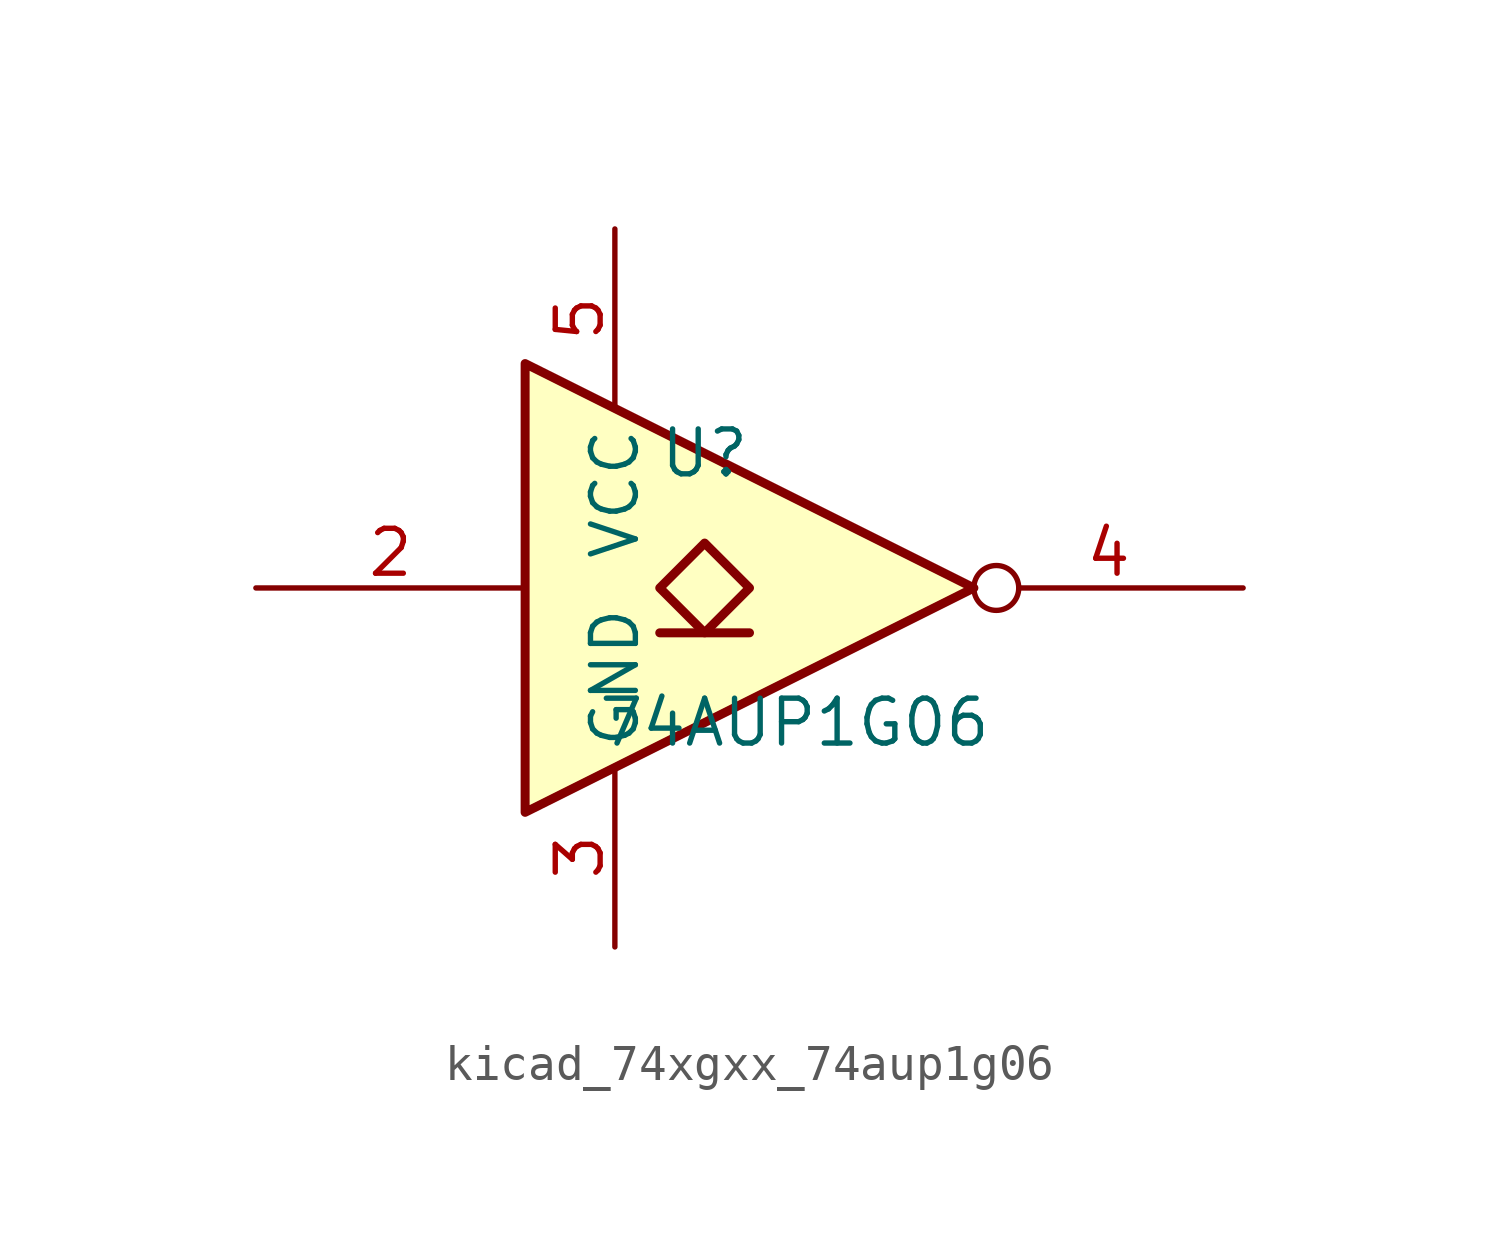
<source format=kicad_sym>
(kicad_symbol_lib
  (version 20220914)
  (generator kicad_symbol_editor)
  (symbol "kicad_74xgxx_74aup1g06"
    (property "Reference" "U"
      (at -2.54 3.81 0)
      (effects (font (size 1.27 1.27))))
    (property "Value" "74AUP1G06"
      (at 0 -3.81 0)
      (effects (font (size 1.27 1.27))))
    (symbol "kicad_74xgxx_74aup1g06_0_1"
      (polyline (pts (xy -3.81 -1.27) (xy -1.27 -1.27)) (stroke (width 0.254) (type default)) (fill (type background)))
      (polyline (pts (xy -7.62 6.35) (xy -7.62 -6.35) (xy 5.08 0) (xy -7.62 6.35)) (stroke (width 0.254) (type default)) (fill (type background)))
      (polyline (pts (xy -2.54 1.27) (xy -3.81 0) (xy -2.54 -1.27) (xy -1.27 0) (xy -2.54 1.27)) (stroke (width 0.254) (type default)) (fill (type background))))
    (symbol "kicad_74xgxx_74aup1g06_1_1"
      (pin input line (at -15.24 0 0) (length 7.62) (name "~" (effects (font (size 1.27 1.27)))) (number "2" (effects (font (size 1.27 1.27)))))
      (pin power_in line (at -5.08 -10.16 90) (length 5.08) (name "GND" (effects (font (size 1.27 1.27)))) (number "3" (effects (font (size 1.27 1.27)))))
      (pin open_collector inverted (at 12.7 0 180) (length 7.62) (name "~" (effects (font (size 1.27 1.27)))) (number "4" (effects (font (size 1.27 1.27)))))
      (pin power_in line (at -5.08 10.16 270) (length 5.08) (name "VCC" (effects (font (size 1.27 1.27)))) (number "5" (effects (font (size 1.27 1.27))))))))
</source>
